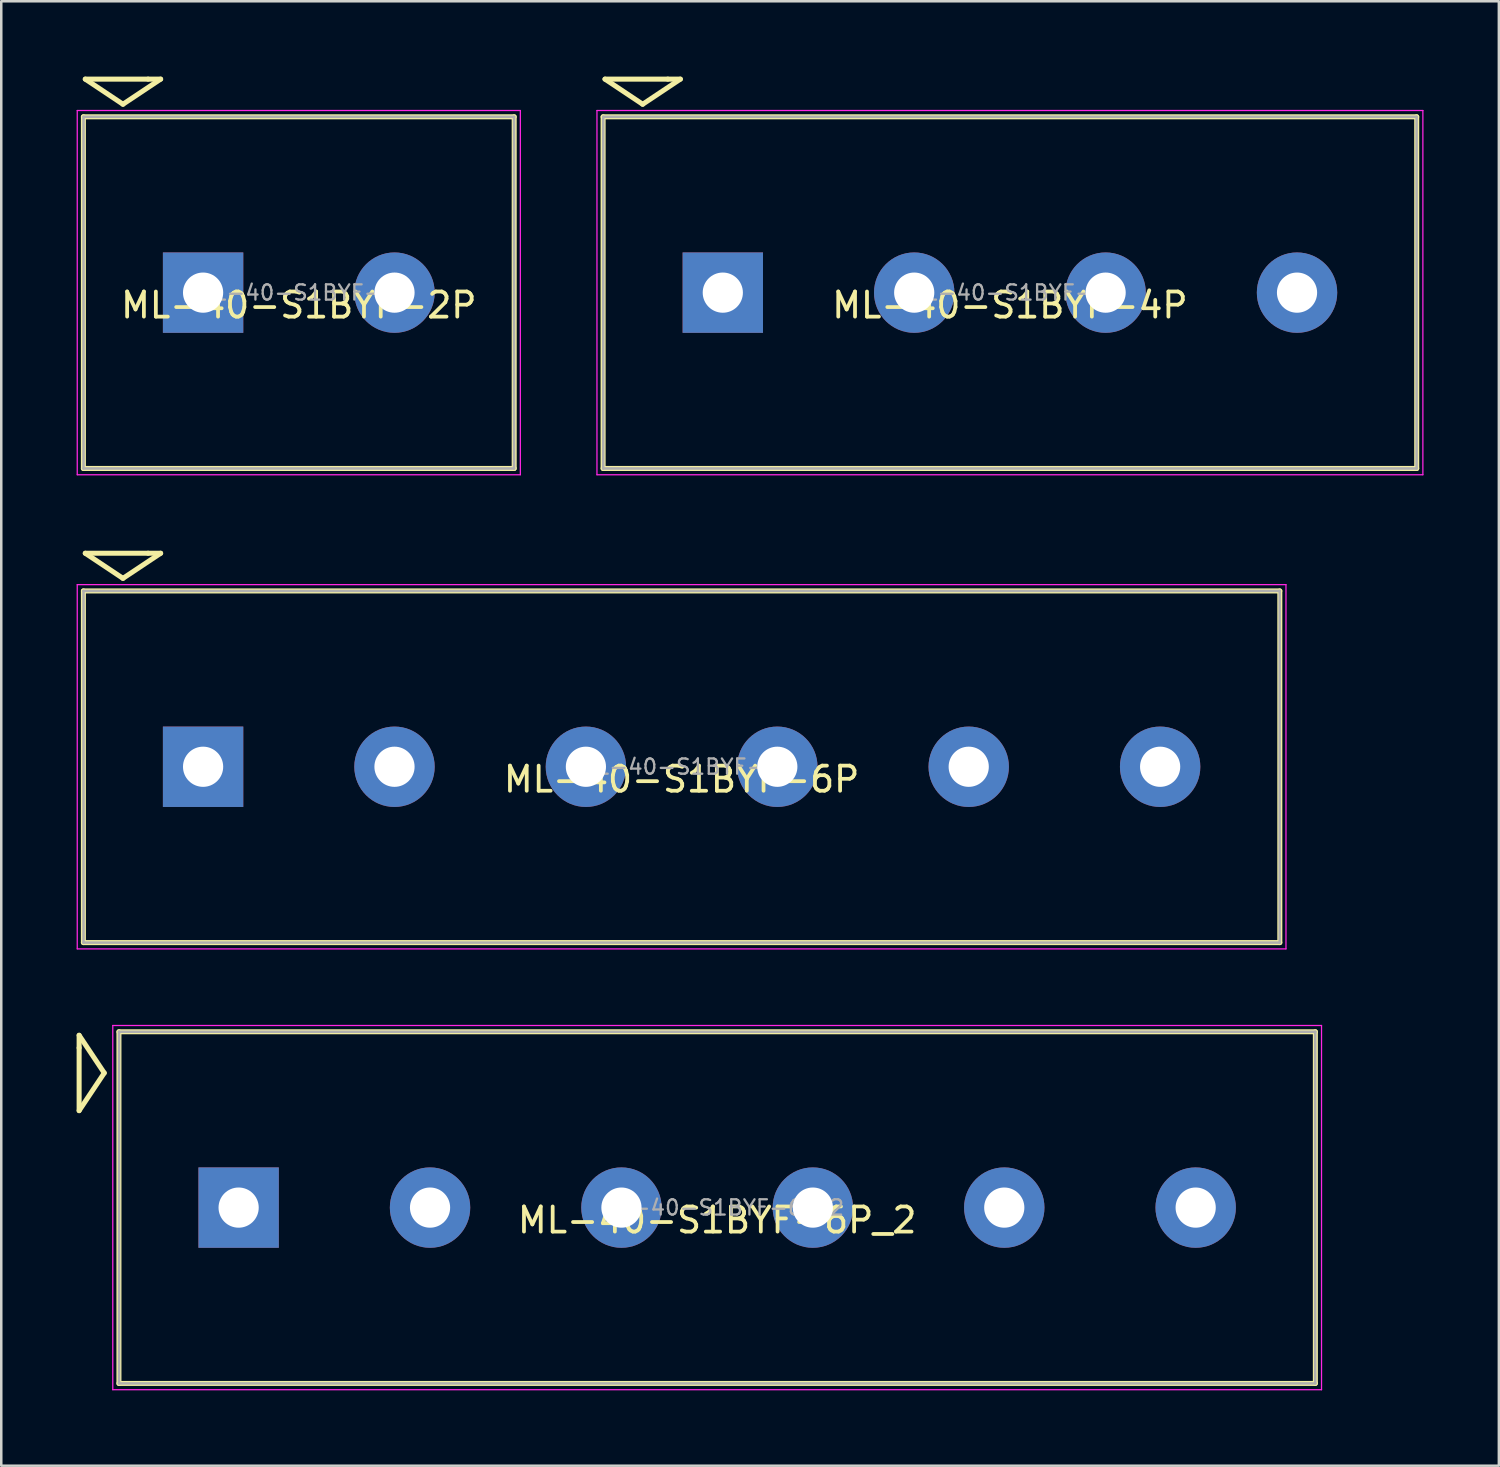
<source format=kicad_pcb>
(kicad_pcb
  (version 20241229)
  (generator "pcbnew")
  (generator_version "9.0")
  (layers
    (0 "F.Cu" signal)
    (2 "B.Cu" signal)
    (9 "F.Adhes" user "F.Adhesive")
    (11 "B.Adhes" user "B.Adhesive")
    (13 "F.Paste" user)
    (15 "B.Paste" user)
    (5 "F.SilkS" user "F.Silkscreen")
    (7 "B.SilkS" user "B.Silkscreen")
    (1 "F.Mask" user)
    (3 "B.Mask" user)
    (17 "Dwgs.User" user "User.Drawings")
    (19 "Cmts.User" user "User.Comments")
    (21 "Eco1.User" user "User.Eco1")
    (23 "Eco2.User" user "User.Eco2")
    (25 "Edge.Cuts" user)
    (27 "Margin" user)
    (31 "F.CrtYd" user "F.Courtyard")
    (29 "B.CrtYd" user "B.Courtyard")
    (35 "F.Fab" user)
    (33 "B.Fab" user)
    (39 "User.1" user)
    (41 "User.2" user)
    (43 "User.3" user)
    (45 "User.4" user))
  (footprint "ML-40-S1BYF-4P"
    (layer "F.Cu")
    (at 37.155 8.6)
    (property "Reference" "ML-40-S1BYF-4P" (at 0 0.5 0) (layer "F.SilkS") (effects (font (size 1 1) (thickness 0.15))))
    (attr through_hole)
    (fp_line (start -16.195 -7) (end 16.195 -7) (stroke (width 0.2) (type solid)) (layer "F.SilkS"))
    (fp_line (start -16.195 7) (end -16.195 -7) (stroke (width 0.2) (type solid)) (layer "F.SilkS"))
    (fp_line (start -16.12 -8.5) (end -13.62 -8.5) (stroke (width 0.2) (type solid)) (layer "F.SilkS"))
    (fp_line (start -14.62 -7.5) (end -16.12 -8.5) (stroke (width 0.2) (type solid)) (layer "F.SilkS"))
    (fp_line (start -13.62 -8.5) (end -13.12 -8.5) (stroke (width 0.2) (type solid)) (layer "F.SilkS"))
    (fp_line (start -13.12 -8.5) (end -14.62 -7.5) (stroke (width 0.2) (type solid)) (layer "F.SilkS"))
    (fp_line (start 16.195 -7) (end 16.195 7) (stroke (width 0.2) (type solid)) (layer "F.SilkS"))
    (fp_line (start 16.195 7) (end -16.195 7) (stroke (width 0.2) (type solid)) (layer "F.SilkS"))
    (fp_line (start -16.44 -7.25) (end -16.44 7.25) (stroke (width 0.05) (type solid)) (layer "F.CrtYd"))
    (fp_line (start -16.44 7.25) (end 16.44 7.25) (stroke (width 0.05) (type solid)) (layer "F.CrtYd"))
    (fp_line (start 16.44 -7.25) (end -16.44 -7.25) (stroke (width 0.05) (type solid)) (layer "F.CrtYd"))
    (fp_line (start 16.44 7.25) (end 16.44 -7.25) (stroke (width 0.05) (type solid)) (layer "F.CrtYd"))
    (fp_line (start -16.19 -7) (end 16.19 -7) (stroke (width 0.1) (type solid)) (layer "F.Fab"))
    (fp_line (start -16.19 7) (end -16.19 -7) (stroke (width 0.1) (type solid)) (layer "F.Fab"))
    (fp_line (start 16.19 -7) (end 16.19 7) (stroke (width 0.1) (type solid)) (layer "F.Fab"))
    (fp_line (start 16.19 7) (end -16.19 7) (stroke (width 0.1) (type solid)) (layer "F.Fab"))
    (fp_text user "${REFERENCE}" (at 0.228 0 0) (layer "F.Fab") (effects (font (size 0.608 0.608) (thickness 0.091))))
    (pad "1" thru_hole rect (at -11.43 0) (size 3.2 3.2) (drill 1.6) (layers "*.Cu" "*.Mask"))
    (pad "2" thru_hole circle (at -3.81 0) (size 3.2 3.2) (drill 1.6) (layers "*.Cu" "*.Mask"))
    (pad "3" thru_hole circle (at 3.81 0) (size 3.2 3.2) (drill 1.6) (layers "*.Cu" "*.Mask"))
    (pad "4" thru_hole circle (at 11.43 0) (size 3.2 3.2) (drill 1.6) (layers "*.Cu" "*.Mask")))
  (footprint "ML-40-S1BYF-6P"
    (layer "F.Cu")
    (at 24.085 27.475)
    (property "Reference" "ML-40-S1BYF-6P" (at 0 0.5 0) (layer "F.SilkS") (effects (font (size 1 1) (thickness 0.15))))
    (attr through_hole)
    (fp_line (start -23.815 -7) (end 23.815 -7) (stroke (width 0.2) (type solid)) (layer "F.SilkS"))
    (fp_line (start -23.815 7) (end -23.815 -7) (stroke (width 0.2) (type solid)) (layer "F.SilkS"))
    (fp_line (start -23.74 -8.5) (end -21.24 -8.5) (stroke (width 0.2) (type solid)) (layer "F.SilkS"))
    (fp_line (start -22.24 -7.5) (end -23.74 -8.5) (stroke (width 0.2) (type solid)) (layer "F.SilkS"))
    (fp_line (start -21.24 -8.5) (end -20.74 -8.5) (stroke (width 0.2) (type solid)) (layer "F.SilkS"))
    (fp_line (start -20.74 -8.5) (end -22.24 -7.5) (stroke (width 0.2) (type solid)) (layer "F.SilkS"))
    (fp_line (start 23.815 -7) (end 23.815 7) (stroke (width 0.2) (type solid)) (layer "F.SilkS"))
    (fp_line (start 23.815 7) (end -23.815 7) (stroke (width 0.2) (type solid)) (layer "F.SilkS"))
    (fp_line (start -24.06 -7.25) (end -24.06 7.25) (stroke (width 0.05) (type solid)) (layer "F.CrtYd"))
    (fp_line (start -24.06 7.25) (end 24.06 7.25) (stroke (width 0.05) (type solid)) (layer "F.CrtYd"))
    (fp_line (start 24.06 -7.25) (end -24.06 -7.25) (stroke (width 0.05) (type solid)) (layer "F.CrtYd"))
    (fp_line (start 24.06 7.25) (end 24.06 -7.25) (stroke (width 0.05) (type solid)) (layer "F.CrtYd"))
    (fp_line (start -23.815 -7) (end 23.815 -7) (stroke (width 0.1) (type solid)) (layer "F.Fab"))
    (fp_line (start -23.81 7) (end -23.81 -7) (stroke (width 0.1) (type solid)) (layer "F.Fab"))
    (fp_line (start 23.81 -7) (end 23.81 7) (stroke (width 0.1) (type solid)) (layer "F.Fab"))
    (fp_line (start 23.815 7) (end -23.815 7) (stroke (width 0.1) (type solid)) (layer "F.Fab"))
    (fp_text user "${REFERENCE}" (at 0.228 0 0) (layer "F.Fab") (effects (font (size 0.608 0.608) (thickness 0.091))))
    (pad "1" thru_hole rect (at -19.05 0) (size 3.2 3.2) (drill 1.6) (layers "*.Cu" "*.Mask"))
    (pad "2" thru_hole circle (at -11.43 0) (size 3.2 3.2) (drill 1.6) (layers "*.Cu" "*.Mask"))
    (pad "3" thru_hole circle (at -3.81 0) (size 3.2 3.2) (drill 1.6) (layers "*.Cu" "*.Mask"))
    (pad "4" thru_hole circle (at 3.81 0) (size 3.2 3.2) (drill 1.6) (layers "*.Cu" "*.Mask"))
    (pad "5" thru_hole circle (at 11.43 0) (size 3.2 3.2) (drill 1.6) (layers "*.Cu" "*.Mask"))
    (pad "6" thru_hole circle (at 19.05 0) (size 3.2 3.2) (drill 1.6) (layers "*.Cu" "*.Mask")))
  (footprint "ML-40-S1BYF-6P_2"
    (layer "F.Cu")
    (at 25.5 45.025)
    (property "Reference" "ML-40-S1BYF-6P_2" (at 0 0.5 0) (layer "F.SilkS") (effects (font (size 1 1) (thickness 0.15))))
    (attr through_hole)
    (fp_line (start -25.4 -6.86) (end -24.4 -5.36) (stroke (width 0.2) (type solid)) (layer "F.SilkS"))
    (fp_line (start -25.4 -6.36) (end -25.4 -6.86) (stroke (width 0.2) (type solid)) (layer "F.SilkS"))
    (fp_line (start -25.4 -3.86) (end -25.4 -6.36) (stroke (width 0.2) (type solid)) (layer "F.SilkS"))
    (fp_line (start -24.4 -5.36) (end -25.4 -3.86) (stroke (width 0.2) (type solid)) (layer "F.SilkS"))
    (fp_line (start -23.815 -7) (end 23.815 -7) (stroke (width 0.2) (type solid)) (layer "F.SilkS"))
    (fp_line (start -23.815 7) (end -23.815 -7) (stroke (width 0.2) (type solid)) (layer "F.SilkS"))
    (fp_line (start 23.815 -7) (end 23.815 7) (stroke (width 0.2) (type solid)) (layer "F.SilkS"))
    (fp_line (start 23.815 7) (end -23.815 7) (stroke (width 0.2) (type solid)) (layer "F.SilkS"))
    (fp_line (start -24.06 -7.25) (end -24.06 7.25) (stroke (width 0.05) (type solid)) (layer "F.CrtYd"))
    (fp_line (start -24.06 7.25) (end 24.06 7.25) (stroke (width 0.05) (type solid)) (layer "F.CrtYd"))
    (fp_line (start 24.06 -7.25) (end -24.06 -7.25) (stroke (width 0.05) (type solid)) (layer "F.CrtYd"))
    (fp_line (start 24.06 7.25) (end 24.06 -7.25) (stroke (width 0.05) (type solid)) (layer "F.CrtYd"))
    (fp_line (start -23.815 -7) (end 23.815 -7) (stroke (width 0.1) (type solid)) (layer "F.Fab"))
    (fp_line (start -23.81 7) (end -23.81 -7) (stroke (width 0.1) (type solid)) (layer "F.Fab"))
    (fp_line (start 23.81 -7) (end 23.81 7) (stroke (width 0.1) (type solid)) (layer "F.Fab"))
    (fp_line (start 23.815 7) (end -23.815 7) (stroke (width 0.1) (type solid)) (layer "F.Fab"))
    (fp_text user "${REFERENCE}" (at 0.228 0 0) (layer "F.Fab") (effects (font (size 0.608 0.608) (thickness 0.091))))
    (pad "1" thru_hole rect (at -19.05 0) (size 3.2 3.2) (drill 1.6) (layers "*.Cu" "*.Mask"))
    (pad "2" thru_hole circle (at -11.43 0) (size 3.2 3.2) (drill 1.6) (layers "*.Cu" "*.Mask"))
    (pad "3" thru_hole circle (at -3.81 0) (size 3.2 3.2) (drill 1.6) (layers "*.Cu" "*.Mask"))
    (pad "4" thru_hole circle (at 3.81 0) (size 3.2 3.2) (drill 1.6) (layers "*.Cu" "*.Mask"))
    (pad "5" thru_hole circle (at 11.43 0) (size 3.2 3.2) (drill 1.6) (layers "*.Cu" "*.Mask"))
    (pad "6" thru_hole circle (at 19.05 0) (size 3.2 3.2) (drill 1.6) (layers "*.Cu" "*.Mask")))
  (footprint "ML-40-S1BYF-2P"
    (layer "F.Cu")
    (at 8.845 8.6)
    (property "Reference" "ML-40-S1BYF-2P" (at 0 0.5 0) (layer "F.SilkS") (effects (font (size 1 1) (thickness 0.15))))
    (attr through_hole)
    (fp_line (start -8.575 -7) (end 8.575 -7) (stroke (width 0.2) (type solid)) (layer "F.SilkS"))
    (fp_line (start -8.575 7) (end -8.575 -7) (stroke (width 0.2) (type solid)) (layer "F.SilkS"))
    (fp_line (start -8.5 -8.5) (end -6 -8.5) (stroke (width 0.2) (type solid)) (layer "F.SilkS"))
    (fp_line (start -7 -7.5) (end -8.5 -8.5) (stroke (width 0.2) (type solid)) (layer "F.SilkS"))
    (fp_line (start -6 -8.5) (end -5.5 -8.5) (stroke (width 0.2) (type solid)) (layer "F.SilkS"))
    (fp_line (start -5.5 -8.5) (end -7 -7.5) (stroke (width 0.2) (type solid)) (layer "F.SilkS"))
    (fp_line (start 8.575 -7) (end 8.575 7) (stroke (width 0.2) (type solid)) (layer "F.SilkS"))
    (fp_line (start 8.575 7) (end -8.575 7) (stroke (width 0.2) (type solid)) (layer "F.SilkS"))
    (fp_line (start -8.82 -7.25) (end -8.82 7.25) (stroke (width 0.05) (type solid)) (layer "F.CrtYd"))
    (fp_line (start -8.82 7.25) (end 8.82 7.25) (stroke (width 0.05) (type solid)) (layer "F.CrtYd"))
    (fp_line (start 8.82 -7.25) (end -8.82 -7.25) (stroke (width 0.05) (type solid)) (layer "F.CrtYd"))
    (fp_line (start 8.82 7.25) (end 8.82 -7.25) (stroke (width 0.05) (type solid)) (layer "F.CrtYd"))
    (fp_line (start -8.57 -7) (end 8.57 -7) (stroke (width 0.1) (type solid)) (layer "F.Fab"))
    (fp_line (start -8.57 7) (end -8.57 -7) (stroke (width 0.1) (type solid)) (layer "F.Fab"))
    (fp_line (start 8.57 -7) (end 8.57 7) (stroke (width 0.1) (type solid)) (layer "F.Fab"))
    (fp_line (start 8.57 7) (end -8.57 7) (stroke (width 0.1) (type solid)) (layer "F.Fab"))
    (fp_text user "${REFERENCE}" (at 0.228 0 0) (layer "F.Fab") (effects (font (size 0.608 0.608) (thickness 0.091))))
    (pad "1" thru_hole rect (at -3.81 0) (size 3.2 3.2) (drill 1.6) (layers "*.Cu" "*.Mask"))
    (pad "2" thru_hole circle (at 3.81 0) (size 3.2 3.2) (drill 1.6) (layers "*.Cu" "*.Mask")))
  (gr_rect
    (start -3 -3)
    (end 56.62 55.3)
    (stroke (width 0.1) (type default))
    (fill no)
    (layer "Edge.Cuts")))
</source>
